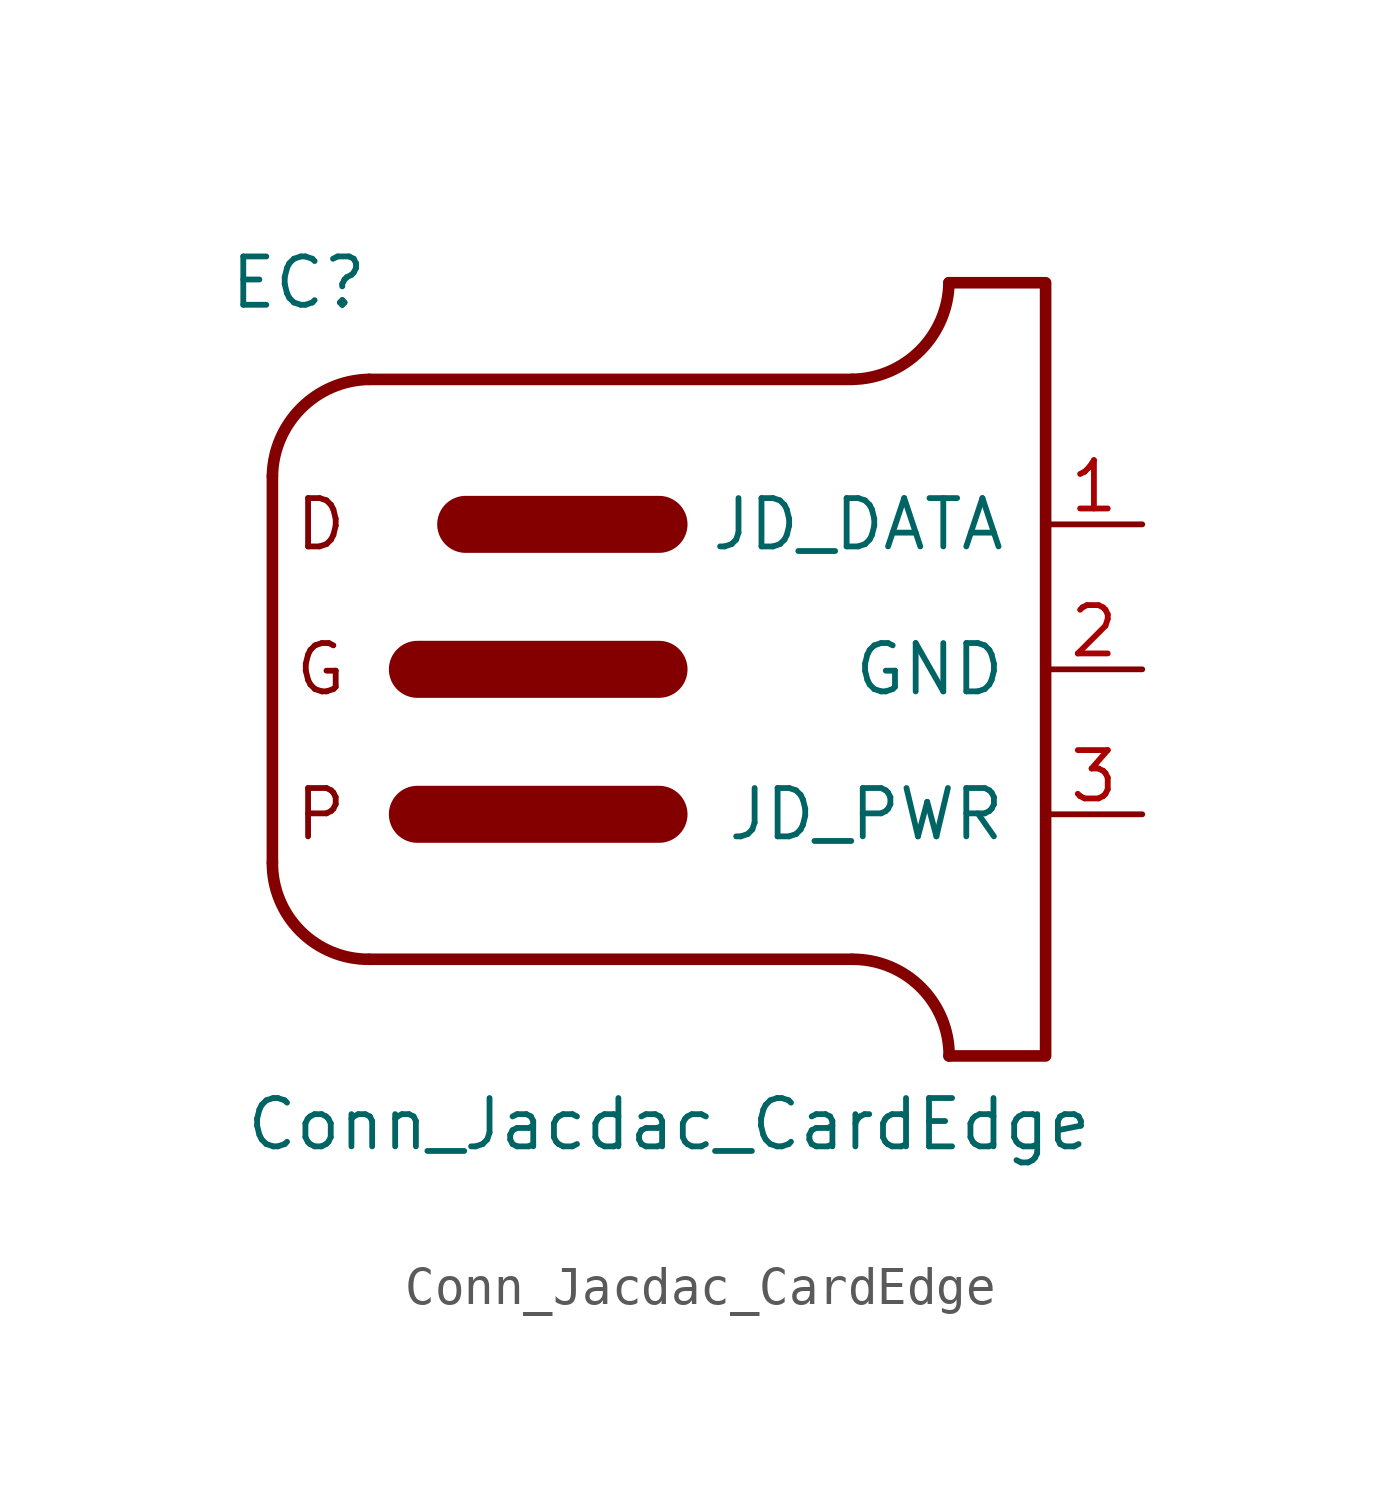
<source format=kicad_sym>
(kicad_symbol_lib
  (version 20241209)
  (generator "kicad_symbol_editor")
  (generator_version "9.0")
  (symbol "Conn_Jacdac_CardEdge"
    (pin_names
      (offset 1.016))
    (property "Reference" "EC"
      (at -8.89 10.16 0)
      (effects (font (size 1.27 1.27)) (justify right)))
    (property "Value" "Conn_Jacdac_CardEdge"
      (at 10.16 -12.7 0)
      (effects (font (size 1.27 1.27)) (justify right bottom)))
    (symbol "Conn_Jacdac_CardEdge_0_0"
      (text "D" (at -10.16 3.81 0) (effects (font (size 1.27 1.27))))
      (text "G" (at -10.16 0 0) (effects (font (size 1.27 1.27))))
      (text "P" (at -10.16 -3.81 0) (effects (font (size 1.27 1.27)))))
    (symbol "Conn_Jacdac_CardEdge_0_1"
      (polyline (pts (xy -11.43 5.08) (xy -11.43 -5.08)) (stroke (width 0.305) (type solid)) (fill (type none)))
      (arc (start -8.89 -7.62) (mid -10.6913 -6.8813) (end -11.43 -5.08) (stroke (width 0.3048) (type solid)) (fill (type none)))
      (polyline (pts (xy -8.89 7.62) (xy 3.81 7.62)) (stroke (width 0.305) (type solid)) (fill (type none)))
      (polyline (pts (xy -8.89 -7.62) (xy 3.81 -7.62)) (stroke (width 0.305) (type solid)) (fill (type none)))
      (arc (start -11.43 5.08) (mid -10.6734 6.8634) (end -8.89 7.62) (stroke (width 0.3048) (type solid)) (fill (type none)))
      (rectangle (start -7.62 0) (end -1.27 0) (stroke (width 1.499) (type solid)) (fill (type none)))
      (rectangle (start -7.62 -3.81) (end -1.27 -3.81) (stroke (width 1.499) (type solid)) (fill (type none)))
      (rectangle (start -6.35 3.81) (end -1.27 3.81) (stroke (width 1.499) (type solid)) (fill (type none)))
      (arc (start 6.35 10.16) (mid 5.5934 8.3766) (end 3.81 7.62) (stroke (width 0.3048) (type solid)) (fill (type none)))
      (arc (start 3.81 -7.62) (mid 5.6114 -8.3586) (end 6.35 -10.16) (stroke (width 0.3048) (type solid)) (fill (type none)))
      (polyline (pts (xy 6.35 10.16) (xy 8.89 10.16) (xy 8.89 -10.16) (xy 6.35 -10.16)) (stroke (width 0.305) (type solid)) (fill (type none))))
    (symbol "Conn_Jacdac_CardEdge_1_1"
      (pin bidirectional line (at 11.43 3.81 180) (length 2.54) (name "JD_DATA" (effects (font (size 1.27 1.27)))) (number "1" (effects (font (size 1.27 1.27)))))
      (pin power_in line (at 11.43 0 180) (length 2.54) (name "GND" (effects (font (size 1.27 1.27)))) (number "2" (effects (font (size 1.27 1.27)))))
      (pin power_out line (at 11.43 -3.81 180) (length 2.54) (name "JD_PWR" (effects (font (size 1.27 1.27)))) (number "3" (effects (font (size 1.27 1.27))))))))
</source>
